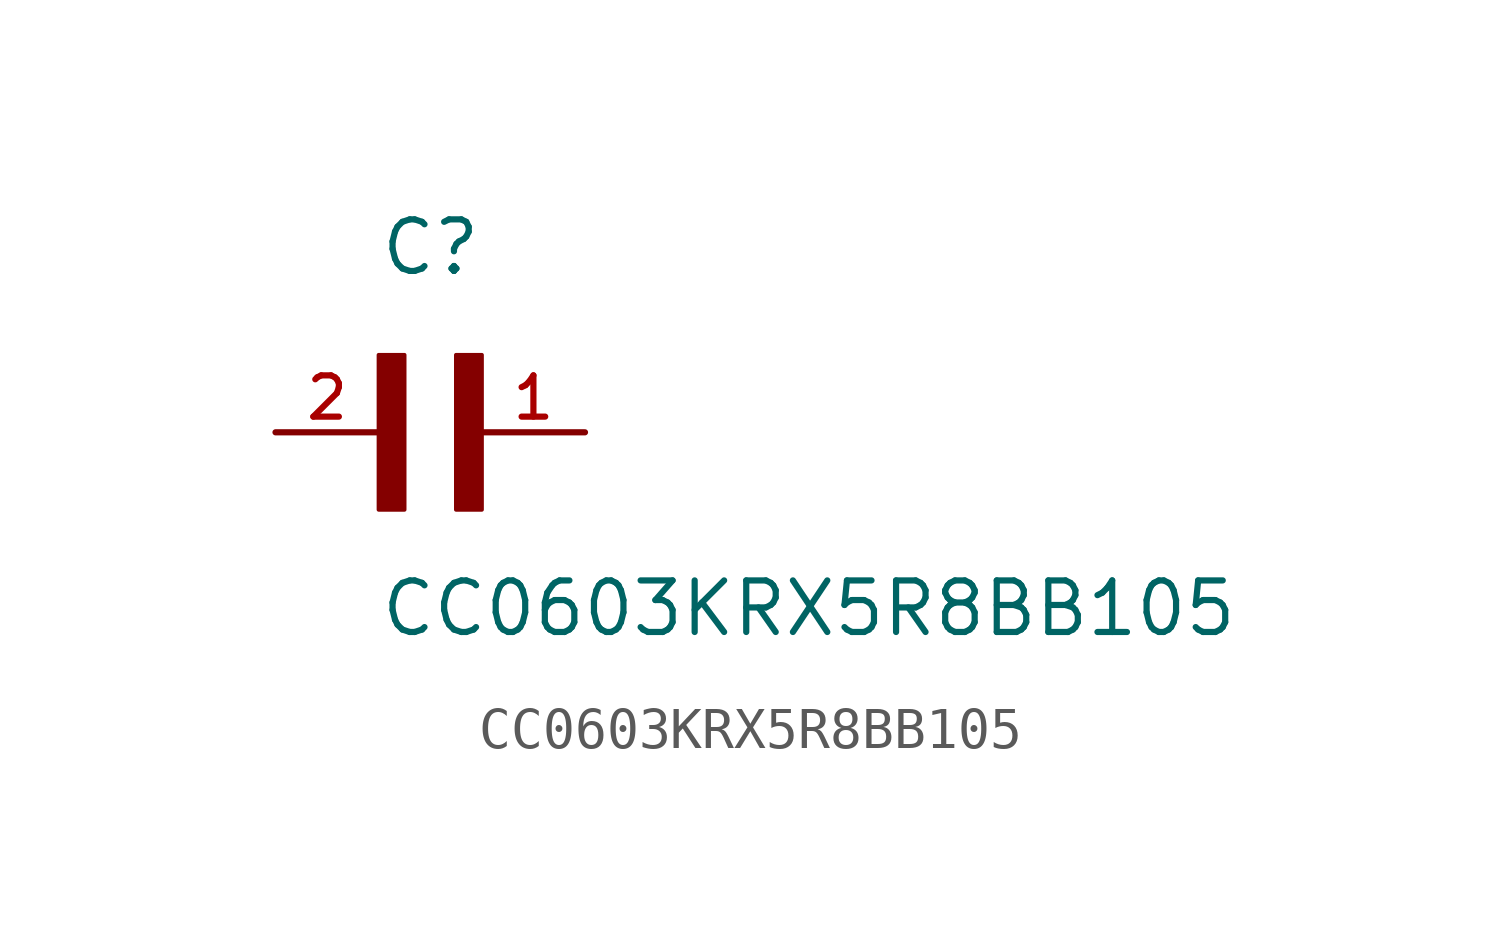
<source format=kicad_sym>
(kicad_symbol_lib
  (version 20211014)
  (generator kicad_symbol_editor)
  (symbol "CC0603KRX5R8BB105"
    (pin_names
      (offset 1.016))
    (property "Reference" "C"
      (at 0.0 3.81 0)
      (effects (font (size 1.27 1.27)) (justify bottom left)))
    (property "Value" "CC0603KRX5R8BB105"
      (at 0.0 -5.08 0)
      (effects (font (size 1.27 1.27)) (justify bottom left)))
    (symbol "CC0603KRX5R8BB105_0_0"
      (rectangle (start 0.0 -1.905) (end 0.635 1.905) (stroke (width 0.1)) (fill (type outline)))
      (rectangle (start 1.905 -1.905) (end 2.54 1.905) (stroke (width 0.1)) (fill (type outline)))
      (pin passive line (at 5.08 0.0 180.0) (length 2.54) (name "~" (effects (font (size 1.016 1.016)))) (number "1" (effects (font (size 1.016 1.016)))))
      (pin passive line (at -2.54 0.0 0) (length 2.54) (name "~" (effects (font (size 1.016 1.016)))) (number "2" (effects (font (size 1.016 1.016))))))))
</source>
